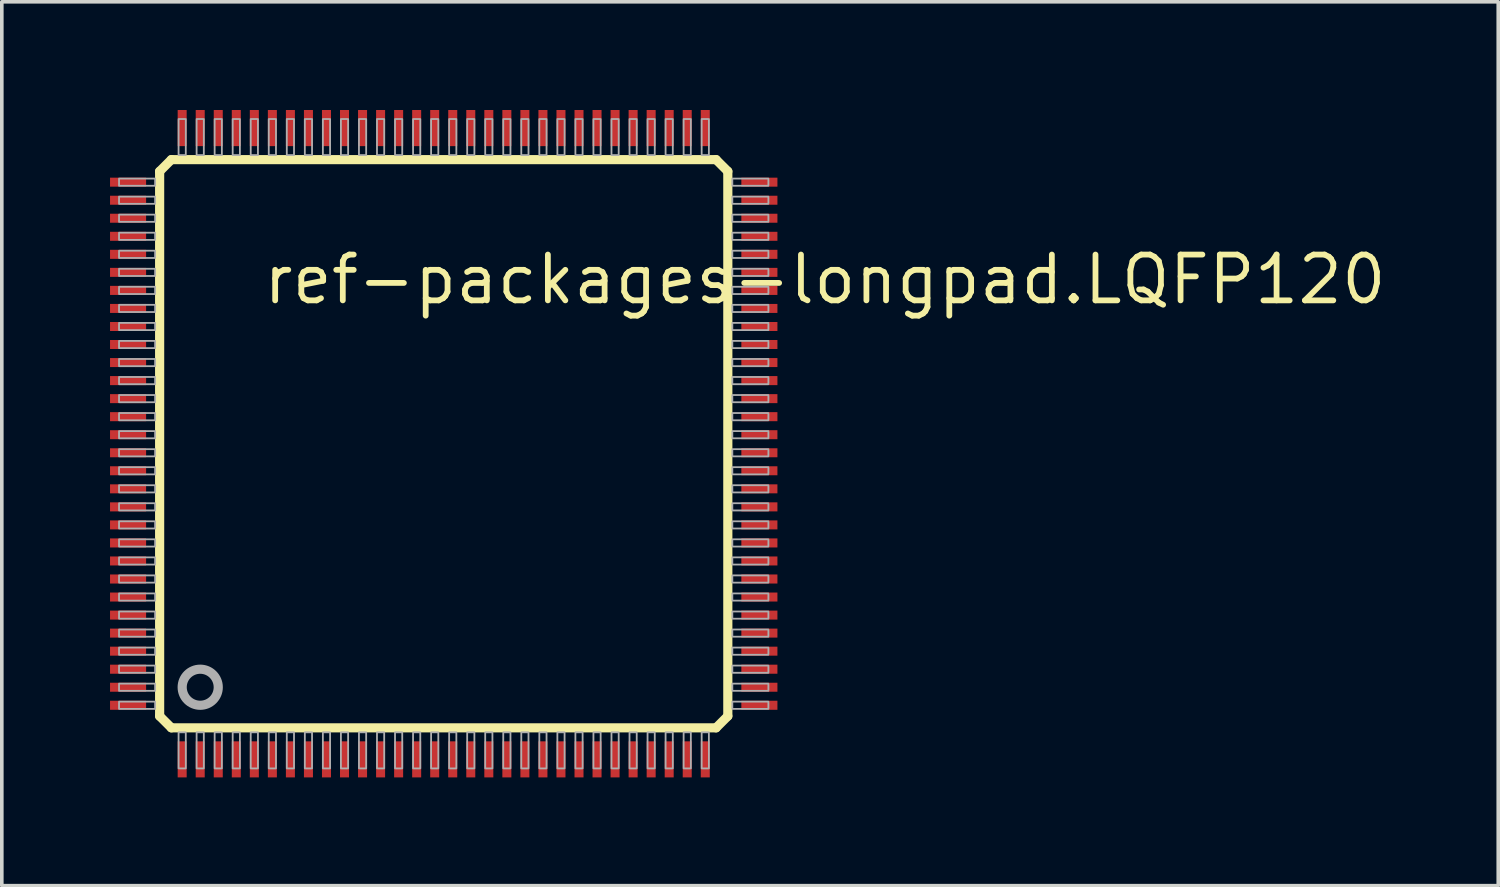
<source format=kicad_pcb>
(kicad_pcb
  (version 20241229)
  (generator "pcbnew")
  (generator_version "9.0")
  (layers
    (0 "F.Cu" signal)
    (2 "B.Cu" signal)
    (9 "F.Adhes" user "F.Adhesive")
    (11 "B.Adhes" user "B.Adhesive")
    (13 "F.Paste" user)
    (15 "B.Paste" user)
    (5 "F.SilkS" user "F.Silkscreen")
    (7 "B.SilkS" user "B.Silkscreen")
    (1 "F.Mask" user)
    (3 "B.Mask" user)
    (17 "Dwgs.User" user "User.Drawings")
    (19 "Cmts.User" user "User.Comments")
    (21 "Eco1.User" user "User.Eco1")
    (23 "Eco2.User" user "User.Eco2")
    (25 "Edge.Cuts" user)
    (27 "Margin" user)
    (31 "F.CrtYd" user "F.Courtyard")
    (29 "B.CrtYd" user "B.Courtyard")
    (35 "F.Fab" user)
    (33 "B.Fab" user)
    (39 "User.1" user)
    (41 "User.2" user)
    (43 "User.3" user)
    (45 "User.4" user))
  (footprint "ref-packages-longpad.LQFP120"
    (layer "F.Cu")
    (at 9.25 9.25)
    (property "Reference" "ref-packages-longpad.LQFP120" (at -5.08 -3.81 0) (layer "F.SilkS") (effects (font (size 1.27 1.27) (thickness 0.16)) (justify left bottom)))
    (attr smd)
    (fp_line (start -7.875 -7.55) (end -7.55 -7.875) (stroke (width 0.254) (type default)) (layer "F.SilkS"))
    (fp_line (start -7.875 7.55) (end -7.875 -7.55) (stroke (width 0.254) (type default)) (layer "F.SilkS"))
    (fp_line (start -7.55 -7.875) (end 7.55 -7.875) (stroke (width 0.254) (type default)) (layer "F.SilkS"))
    (fp_line (start -7.55 7.875) (end -7.875 7.55) (stroke (width 0.254) (type default)) (layer "F.SilkS"))
    (fp_line (start 7.55 -7.875) (end 7.875 -7.55) (stroke (width 0.254) (type default)) (layer "F.SilkS"))
    (fp_line (start 7.55 7.875) (end -7.55 7.875) (stroke (width 0.254) (type default)) (layer "F.SilkS"))
    (fp_line (start 7.875 -7.55) (end 7.875 7.55) (stroke (width 0.254) (type default)) (layer "F.SilkS"))
    (fp_line (start 7.875 7.55) (end 7.55 7.875) (stroke (width 0.254) (type default)) (layer "F.SilkS"))
    (fp_rect (start -9 -7.15) (end -8 -7.35) (stroke (width 0.05) (type default)) (fill no) (layer "F.Fab"))
    (fp_rect (start -9 -6.65) (end -8 -6.85) (stroke (width 0.05) (type default)) (fill no) (layer "F.Fab"))
    (fp_rect (start -9 -6.15) (end -8 -6.35) (stroke (width 0.05) (type default)) (fill no) (layer "F.Fab"))
    (fp_rect (start -9 -5.65) (end -8 -5.85) (stroke (width 0.05) (type default)) (fill no) (layer "F.Fab"))
    (fp_rect (start -9 -5.15) (end -8 -5.35) (stroke (width 0.05) (type default)) (fill no) (layer "F.Fab"))
    (fp_rect (start -9 -4.65) (end -8 -4.85) (stroke (width 0.05) (type default)) (fill no) (layer "F.Fab"))
    (fp_rect (start -9 -4.15) (end -8 -4.35) (stroke (width 0.05) (type default)) (fill no) (layer "F.Fab"))
    (fp_rect (start -9 -3.65) (end -8 -3.85) (stroke (width 0.05) (type default)) (fill no) (layer "F.Fab"))
    (fp_rect (start -9 -3.15) (end -8 -3.35) (stroke (width 0.05) (type default)) (fill no) (layer "F.Fab"))
    (fp_rect (start -9 -2.65) (end -8 -2.85) (stroke (width 0.05) (type default)) (fill no) (layer "F.Fab"))
    (fp_rect (start -9 -2.15) (end -8 -2.35) (stroke (width 0.05) (type default)) (fill no) (layer "F.Fab"))
    (fp_rect (start -9 -1.65) (end -8 -1.85) (stroke (width 0.05) (type default)) (fill no) (layer "F.Fab"))
    (fp_rect (start -9 -1.15) (end -8 -1.35) (stroke (width 0.05) (type default)) (fill no) (layer "F.Fab"))
    (fp_rect (start -9 -0.65) (end -8 -0.85) (stroke (width 0.05) (type default)) (fill no) (layer "F.Fab"))
    (fp_rect (start -9 -0.15) (end -8 -0.35) (stroke (width 0.05) (type default)) (fill no) (layer "F.Fab"))
    (fp_rect (start -9 0.35) (end -8 0.15) (stroke (width 0.05) (type default)) (fill no) (layer "F.Fab"))
    (fp_rect (start -9 0.85) (end -8 0.65) (stroke (width 0.05) (type default)) (fill no) (layer "F.Fab"))
    (fp_rect (start -9 1.35) (end -8 1.15) (stroke (width 0.05) (type default)) (fill no) (layer "F.Fab"))
    (fp_rect (start -9 1.85) (end -8 1.65) (stroke (width 0.05) (type default)) (fill no) (layer "F.Fab"))
    (fp_rect (start -9 2.35) (end -8 2.15) (stroke (width 0.05) (type default)) (fill no) (layer "F.Fab"))
    (fp_rect (start -9 2.85) (end -8 2.65) (stroke (width 0.05) (type default)) (fill no) (layer "F.Fab"))
    (fp_rect (start -9 3.35) (end -8 3.15) (stroke (width 0.05) (type default)) (fill no) (layer "F.Fab"))
    (fp_rect (start -9 3.85) (end -8 3.65) (stroke (width 0.05) (type default)) (fill no) (layer "F.Fab"))
    (fp_rect (start -9 4.35) (end -8 4.15) (stroke (width 0.05) (type default)) (fill no) (layer "F.Fab"))
    (fp_rect (start -9 4.85) (end -8 4.65) (stroke (width 0.05) (type default)) (fill no) (layer "F.Fab"))
    (fp_rect (start -9 5.35) (end -8 5.15) (stroke (width 0.05) (type default)) (fill no) (layer "F.Fab"))
    (fp_rect (start -9 5.85) (end -8 5.65) (stroke (width 0.05) (type default)) (fill no) (layer "F.Fab"))
    (fp_rect (start -9 6.35) (end -8 6.15) (stroke (width 0.05) (type default)) (fill no) (layer "F.Fab"))
    (fp_rect (start -9 6.85) (end -8 6.65) (stroke (width 0.05) (type default)) (fill no) (layer "F.Fab"))
    (fp_rect (start -9 7.35) (end -8 7.15) (stroke (width 0.05) (type default)) (fill no) (layer "F.Fab"))
    (fp_rect (start -7.35 -8) (end -7.15 -9) (stroke (width 0.05) (type default)) (fill no) (layer "F.Fab"))
    (fp_rect (start -7.35 9) (end -7.15 8) (stroke (width 0.05) (type default)) (fill no) (layer "F.Fab"))
    (fp_rect (start -6.85 -8) (end -6.65 -9) (stroke (width 0.05) (type default)) (fill no) (layer "F.Fab"))
    (fp_rect (start -6.85 9) (end -6.65 8) (stroke (width 0.05) (type default)) (fill no) (layer "F.Fab"))
    (fp_rect (start -6.35 -8) (end -6.15 -9) (stroke (width 0.05) (type default)) (fill no) (layer "F.Fab"))
    (fp_rect (start -6.35 9) (end -6.15 8) (stroke (width 0.05) (type default)) (fill no) (layer "F.Fab"))
    (fp_rect (start -5.85 -8) (end -5.65 -9) (stroke (width 0.05) (type default)) (fill no) (layer "F.Fab"))
    (fp_rect (start -5.85 9) (end -5.65 8) (stroke (width 0.05) (type default)) (fill no) (layer "F.Fab"))
    (fp_rect (start -5.35 -8) (end -5.15 -9) (stroke (width 0.05) (type default)) (fill no) (layer "F.Fab"))
    (fp_rect (start -5.35 9) (end -5.15 8) (stroke (width 0.05) (type default)) (fill no) (layer "F.Fab"))
    (fp_rect (start -4.85 -8) (end -4.65 -9) (stroke (width 0.05) (type default)) (fill no) (layer "F.Fab"))
    (fp_rect (start -4.85 9) (end -4.65 8) (stroke (width 0.05) (type default)) (fill no) (layer "F.Fab"))
    (fp_rect (start -4.35 -8) (end -4.15 -9) (stroke (width 0.05) (type default)) (fill no) (layer "F.Fab"))
    (fp_rect (start -4.35 9) (end -4.15 8) (stroke (width 0.05) (type default)) (fill no) (layer "F.Fab"))
    (fp_rect (start -3.85 -8) (end -3.65 -9) (stroke (width 0.05) (type default)) (fill no) (layer "F.Fab"))
    (fp_rect (start -3.85 9) (end -3.65 8) (stroke (width 0.05) (type default)) (fill no) (layer "F.Fab"))
    (fp_rect (start -3.35 -8) (end -3.15 -9) (stroke (width 0.05) (type default)) (fill no) (layer "F.Fab"))
    (fp_rect (start -3.35 9) (end -3.15 8) (stroke (width 0.05) (type default)) (fill no) (layer "F.Fab"))
    (fp_rect (start -2.85 -8) (end -2.65 -9) (stroke (width 0.05) (type default)) (fill no) (layer "F.Fab"))
    (fp_rect (start -2.85 9) (end -2.65 8) (stroke (width 0.05) (type default)) (fill no) (layer "F.Fab"))
    (fp_rect (start -2.35 -8) (end -2.15 -9) (stroke (width 0.05) (type default)) (fill no) (layer "F.Fab"))
    (fp_rect (start -2.35 9) (end -2.15 8) (stroke (width 0.05) (type default)) (fill no) (layer "F.Fab"))
    (fp_rect (start -1.85 -8) (end -1.65 -9) (stroke (width 0.05) (type default)) (fill no) (layer "F.Fab"))
    (fp_rect (start -1.85 9) (end -1.65 8) (stroke (width 0.05) (type default)) (fill no) (layer "F.Fab"))
    (fp_rect (start -1.35 -8) (end -1.15 -9) (stroke (width 0.05) (type default)) (fill no) (layer "F.Fab"))
    (fp_rect (start -1.35 9) (end -1.15 8) (stroke (width 0.05) (type default)) (fill no) (layer "F.Fab"))
    (fp_rect (start -0.85 -8) (end -0.65 -9) (stroke (width 0.05) (type default)) (fill no) (layer "F.Fab"))
    (fp_rect (start -0.85 9) (end -0.65 8) (stroke (width 0.05) (type default)) (fill no) (layer "F.Fab"))
    (fp_rect (start -0.35 -8) (end -0.15 -9) (stroke (width 0.05) (type default)) (fill no) (layer "F.Fab"))
    (fp_rect (start -0.35 9) (end -0.15 8) (stroke (width 0.05) (type default)) (fill no) (layer "F.Fab"))
    (fp_rect (start 0.15 -8) (end 0.35 -9) (stroke (width 0.05) (type default)) (fill no) (layer "F.Fab"))
    (fp_rect (start 0.15 9) (end 0.35 8) (stroke (width 0.05) (type default)) (fill no) (layer "F.Fab"))
    (fp_rect (start 0.65 -8) (end 0.85 -9) (stroke (width 0.05) (type default)) (fill no) (layer "F.Fab"))
    (fp_rect (start 0.65 9) (end 0.85 8) (stroke (width 0.05) (type default)) (fill no) (layer "F.Fab"))
    (fp_rect (start 1.15 -8) (end 1.35 -9) (stroke (width 0.05) (type default)) (fill no) (layer "F.Fab"))
    (fp_rect (start 1.15 9) (end 1.35 8) (stroke (width 0.05) (type default)) (fill no) (layer "F.Fab"))
    (fp_rect (start 1.65 -8) (end 1.85 -9) (stroke (width 0.05) (type default)) (fill no) (layer "F.Fab"))
    (fp_rect (start 1.65 9) (end 1.85 8) (stroke (width 0.05) (type default)) (fill no) (layer "F.Fab"))
    (fp_rect (start 2.15 -8) (end 2.35 -9) (stroke (width 0.05) (type default)) (fill no) (layer "F.Fab"))
    (fp_rect (start 2.15 9) (end 2.35 8) (stroke (width 0.05) (type default)) (fill no) (layer "F.Fab"))
    (fp_rect (start 2.65 -8) (end 2.85 -9) (stroke (width 0.05) (type default)) (fill no) (layer "F.Fab"))
    (fp_rect (start 2.65 9) (end 2.85 8) (stroke (width 0.05) (type default)) (fill no) (layer "F.Fab"))
    (fp_rect (start 3.15 -8) (end 3.35 -9) (stroke (width 0.05) (type default)) (fill no) (layer "F.Fab"))
    (fp_rect (start 3.15 9) (end 3.35 8) (stroke (width 0.05) (type default)) (fill no) (layer "F.Fab"))
    (fp_rect (start 3.65 -8) (end 3.85 -9) (stroke (width 0.05) (type default)) (fill no) (layer "F.Fab"))
    (fp_rect (start 3.65 9) (end 3.85 8) (stroke (width 0.05) (type default)) (fill no) (layer "F.Fab"))
    (fp_rect (start 4.15 -8) (end 4.35 -9) (stroke (width 0.05) (type default)) (fill no) (layer "F.Fab"))
    (fp_rect (start 4.15 9) (end 4.35 8) (stroke (width 0.05) (type default)) (fill no) (layer "F.Fab"))
    (fp_rect (start 4.65 -8) (end 4.85 -9) (stroke (width 0.05) (type default)) (fill no) (layer "F.Fab"))
    (fp_rect (start 4.65 9) (end 4.85 8) (stroke (width 0.05) (type default)) (fill no) (layer "F.Fab"))
    (fp_rect (start 5.15 -8) (end 5.35 -9) (stroke (width 0.05) (type default)) (fill no) (layer "F.Fab"))
    (fp_rect (start 5.15 9) (end 5.35 8) (stroke (width 0.05) (type default)) (fill no) (layer "F.Fab"))
    (fp_rect (start 5.65 -8) (end 5.85 -9) (stroke (width 0.05) (type default)) (fill no) (layer "F.Fab"))
    (fp_rect (start 5.65 9) (end 5.85 8) (stroke (width 0.05) (type default)) (fill no) (layer "F.Fab"))
    (fp_rect (start 6.15 -8) (end 6.35 -9) (stroke (width 0.05) (type default)) (fill no) (layer "F.Fab"))
    (fp_rect (start 6.15 9) (end 6.35 8) (stroke (width 0.05) (type default)) (fill no) (layer "F.Fab"))
    (fp_rect (start 6.65 -8) (end 6.85 -9) (stroke (width 0.05) (type default)) (fill no) (layer "F.Fab"))
    (fp_rect (start 6.65 9) (end 6.85 8) (stroke (width 0.05) (type default)) (fill no) (layer "F.Fab"))
    (fp_rect (start 7.15 -8) (end 7.35 -9) (stroke (width 0.05) (type default)) (fill no) (layer "F.Fab"))
    (fp_rect (start 7.15 9) (end 7.35 8) (stroke (width 0.05) (type default)) (fill no) (layer "F.Fab"))
    (fp_rect (start 8 -7.15) (end 9 -7.35) (stroke (width 0.05) (type default)) (fill no) (layer "F.Fab"))
    (fp_rect (start 8 -6.65) (end 9 -6.85) (stroke (width 0.05) (type default)) (fill no) (layer "F.Fab"))
    (fp_rect (start 8 -6.15) (end 9 -6.35) (stroke (width 0.05) (type default)) (fill no) (layer "F.Fab"))
    (fp_rect (start 8 -5.65) (end 9 -5.85) (stroke (width 0.05) (type default)) (fill no) (layer "F.Fab"))
    (fp_rect (start 8 -5.15) (end 9 -5.35) (stroke (width 0.05) (type default)) (fill no) (layer "F.Fab"))
    (fp_rect (start 8 -4.65) (end 9 -4.85) (stroke (width 0.05) (type default)) (fill no) (layer "F.Fab"))
    (fp_rect (start 8 -4.15) (end 9 -4.35) (stroke (width 0.05) (type default)) (fill no) (layer "F.Fab"))
    (fp_rect (start 8 -3.65) (end 9 -3.85) (stroke (width 0.05) (type default)) (fill no) (layer "F.Fab"))
    (fp_rect (start 8 -3.15) (end 9 -3.35) (stroke (width 0.05) (type default)) (fill no) (layer "F.Fab"))
    (fp_rect (start 8 -2.65) (end 9 -2.85) (stroke (width 0.05) (type default)) (fill no) (layer "F.Fab"))
    (fp_rect (start 8 -2.15) (end 9 -2.35) (stroke (width 0.05) (type default)) (fill no) (layer "F.Fab"))
    (fp_rect (start 8 -1.65) (end 9 -1.85) (stroke (width 0.05) (type default)) (fill no) (layer "F.Fab"))
    (fp_rect (start 8 -1.15) (end 9 -1.35) (stroke (width 0.05) (type default)) (fill no) (layer "F.Fab"))
    (fp_rect (start 8 -0.65) (end 9 -0.85) (stroke (width 0.05) (type default)) (fill no) (layer "F.Fab"))
    (fp_rect (start 8 -0.15) (end 9 -0.35) (stroke (width 0.05) (type default)) (fill no) (layer "F.Fab"))
    (fp_rect (start 8 0.35) (end 9 0.15) (stroke (width 0.05) (type default)) (fill no) (layer "F.Fab"))
    (fp_rect (start 8 0.85) (end 9 0.65) (stroke (width 0.05) (type default)) (fill no) (layer "F.Fab"))
    (fp_rect (start 8 1.35) (end 9 1.15) (stroke (width 0.05) (type default)) (fill no) (layer "F.Fab"))
    (fp_rect (start 8 1.85) (end 9 1.65) (stroke (width 0.05) (type default)) (fill no) (layer "F.Fab"))
    (fp_rect (start 8 2.35) (end 9 2.15) (stroke (width 0.05) (type default)) (fill no) (layer "F.Fab"))
    (fp_rect (start 8 2.85) (end 9 2.65) (stroke (width 0.05) (type default)) (fill no) (layer "F.Fab"))
    (fp_rect (start 8 3.35) (end 9 3.15) (stroke (width 0.05) (type default)) (fill no) (layer "F.Fab"))
    (fp_rect (start 8 3.85) (end 9 3.65) (stroke (width 0.05) (type default)) (fill no) (layer "F.Fab"))
    (fp_rect (start 8 4.35) (end 9 4.15) (stroke (width 0.05) (type default)) (fill no) (layer "F.Fab"))
    (fp_rect (start 8 4.85) (end 9 4.65) (stroke (width 0.05) (type default)) (fill no) (layer "F.Fab"))
    (fp_rect (start 8 5.35) (end 9 5.15) (stroke (width 0.05) (type default)) (fill no) (layer "F.Fab"))
    (fp_rect (start 8 5.85) (end 9 5.65) (stroke (width 0.05) (type default)) (fill no) (layer "F.Fab"))
    (fp_rect (start 8 6.35) (end 9 6.15) (stroke (width 0.05) (type default)) (fill no) (layer "F.Fab"))
    (fp_rect (start 8 6.85) (end 9 6.65) (stroke (width 0.05) (type default)) (fill no) (layer "F.Fab"))
    (fp_rect (start 8 7.35) (end 9 7.15) (stroke (width 0.05) (type default)) (fill no) (layer "F.Fab"))
    (fp_circle (center -6.75 6.75) (end -6.25 6.75) (stroke (width 0.254) (type default)) (fill no) (layer "F.Fab"))
    (pad "1" smd roundrect (at -7.25 8.75) (size 0.25 1) (layers "F.Cu" "F.Mask" "F.Paste") (roundrect_rratio 0.01))
    (pad "2" smd roundrect (at -6.75 8.75) (size 0.25 1) (layers "F.Cu" "F.Mask" "F.Paste") (roundrect_rratio 0.01))
    (pad "3" smd roundrect (at -6.25 8.75) (size 0.25 1) (layers "F.Cu" "F.Mask" "F.Paste") (roundrect_rratio 0.01))
    (pad "4" smd roundrect (at -5.75 8.75) (size 0.25 1) (layers "F.Cu" "F.Mask" "F.Paste") (roundrect_rratio 0.01))
    (pad "5" smd roundrect (at -5.25 8.75) (size 0.25 1) (layers "F.Cu" "F.Mask" "F.Paste") (roundrect_rratio 0.01))
    (pad "6" smd roundrect (at -4.75 8.75) (size 0.25 1) (layers "F.Cu" "F.Mask" "F.Paste") (roundrect_rratio 0.01))
    (pad "7" smd roundrect (at -4.25 8.75) (size 0.25 1) (layers "F.Cu" "F.Mask" "F.Paste") (roundrect_rratio 0.01))
    (pad "8" smd roundrect (at -3.75 8.75) (size 0.25 1) (layers "F.Cu" "F.Mask" "F.Paste") (roundrect_rratio 0.01))
    (pad "9" smd roundrect (at -3.25 8.75) (size 0.25 1) (layers "F.Cu" "F.Mask" "F.Paste") (roundrect_rratio 0.01))
    (pad "10" smd roundrect (at -2.75 8.75) (size 0.25 1) (layers "F.Cu" "F.Mask" "F.Paste") (roundrect_rratio 0.01))
    (pad "11" smd roundrect (at -2.25 8.75) (size 0.25 1) (layers "F.Cu" "F.Mask" "F.Paste") (roundrect_rratio 0.01))
    (pad "12" smd roundrect (at -1.75 8.75) (size 0.25 1) (layers "F.Cu" "F.Mask" "F.Paste") (roundrect_rratio 0.01))
    (pad "13" smd roundrect (at -1.25 8.75) (size 0.25 1) (layers "F.Cu" "F.Mask" "F.Paste") (roundrect_rratio 0.01))
    (pad "14" smd roundrect (at -0.75 8.75) (size 0.25 1) (layers "F.Cu" "F.Mask" "F.Paste") (roundrect_rratio 0.01))
    (pad "15" smd roundrect (at -0.25 8.75) (size 0.25 1) (layers "F.Cu" "F.Mask" "F.Paste") (roundrect_rratio 0.01))
    (pad "16" smd roundrect (at 0.25 8.75) (size 0.25 1) (layers "F.Cu" "F.Mask" "F.Paste") (roundrect_rratio 0.01))
    (pad "17" smd roundrect (at 0.75 8.75) (size 0.25 1) (layers "F.Cu" "F.Mask" "F.Paste") (roundrect_rratio 0.01))
    (pad "18" smd roundrect (at 1.25 8.75) (size 0.25 1) (layers "F.Cu" "F.Mask" "F.Paste") (roundrect_rratio 0.01))
    (pad "19" smd roundrect (at 1.75 8.75) (size 0.25 1) (layers "F.Cu" "F.Mask" "F.Paste") (roundrect_rratio 0.01))
    (pad "20" smd roundrect (at 2.25 8.75) (size 0.25 1) (layers "F.Cu" "F.Mask" "F.Paste") (roundrect_rratio 0.01))
    (pad "21" smd roundrect (at 2.75 8.75) (size 0.25 1) (layers "F.Cu" "F.Mask" "F.Paste") (roundrect_rratio 0.01))
    (pad "22" smd roundrect (at 3.25 8.75) (size 0.25 1) (layers "F.Cu" "F.Mask" "F.Paste") (roundrect_rratio 0.01))
    (pad "23" smd roundrect (at 3.75 8.75) (size 0.25 1) (layers "F.Cu" "F.Mask" "F.Paste") (roundrect_rratio 0.01))
    (pad "24" smd roundrect (at 4.25 8.75) (size 0.25 1) (layers "F.Cu" "F.Mask" "F.Paste") (roundrect_rratio 0.01))
    (pad "25" smd roundrect (at 4.75 8.75) (size 0.25 1) (layers "F.Cu" "F.Mask" "F.Paste") (roundrect_rratio 0.01))
    (pad "26" smd roundrect (at 5.25 8.75) (size 0.25 1) (layers "F.Cu" "F.Mask" "F.Paste") (roundrect_rratio 0.01))
    (pad "27" smd roundrect (at 5.75 8.75) (size 0.25 1) (layers "F.Cu" "F.Mask" "F.Paste") (roundrect_rratio 0.01))
    (pad "28" smd roundrect (at 6.25 8.75) (size 0.25 1) (layers "F.Cu" "F.Mask" "F.Paste") (roundrect_rratio 0.01))
    (pad "29" smd roundrect (at 6.75 8.75) (size 0.25 1) (layers "F.Cu" "F.Mask" "F.Paste") (roundrect_rratio 0.01))
    (pad "30" smd roundrect (at 7.25 8.75) (size 0.25 1) (layers "F.Cu" "F.Mask" "F.Paste") (roundrect_rratio 0.01))
    (pad "31" smd roundrect (at 8.75 7.25) (size 1 0.25) (layers "F.Cu" "F.Mask" "F.Paste") (roundrect_rratio 0.01))
    (pad "32" smd roundrect (at 8.75 6.75) (size 1 0.25) (layers "F.Cu" "F.Mask" "F.Paste") (roundrect_rratio 0.01))
    (pad "33" smd roundrect (at 8.75 6.25) (size 1 0.25) (layers "F.Cu" "F.Mask" "F.Paste") (roundrect_rratio 0.01))
    (pad "34" smd roundrect (at 8.75 5.75) (size 1 0.25) (layers "F.Cu" "F.Mask" "F.Paste") (roundrect_rratio 0.01))
    (pad "35" smd roundrect (at 8.75 5.25) (size 1 0.25) (layers "F.Cu" "F.Mask" "F.Paste") (roundrect_rratio 0.01))
    (pad "36" smd roundrect (at 8.75 4.75) (size 1 0.25) (layers "F.Cu" "F.Mask" "F.Paste") (roundrect_rratio 0.01))
    (pad "37" smd roundrect (at 8.75 4.25) (size 1 0.25) (layers "F.Cu" "F.Mask" "F.Paste") (roundrect_rratio 0.01))
    (pad "38" smd roundrect (at 8.75 3.75) (size 1 0.25) (layers "F.Cu" "F.Mask" "F.Paste") (roundrect_rratio 0.01))
    (pad "39" smd roundrect (at 8.75 3.25) (size 1 0.25) (layers "F.Cu" "F.Mask" "F.Paste") (roundrect_rratio 0.01))
    (pad "40" smd roundrect (at 8.75 2.75) (size 1 0.25) (layers "F.Cu" "F.Mask" "F.Paste") (roundrect_rratio 0.01))
    (pad "41" smd roundrect (at 8.75 2.25) (size 1 0.25) (layers "F.Cu" "F.Mask" "F.Paste") (roundrect_rratio 0.01))
    (pad "42" smd roundrect (at 8.75 1.75) (size 1 0.25) (layers "F.Cu" "F.Mask" "F.Paste") (roundrect_rratio 0.01))
    (pad "43" smd roundrect (at 8.75 1.25) (size 1 0.25) (layers "F.Cu" "F.Mask" "F.Paste") (roundrect_rratio 0.01))
    (pad "44" smd roundrect (at 8.75 0.75) (size 1 0.25) (layers "F.Cu" "F.Mask" "F.Paste") (roundrect_rratio 0.01))
    (pad "45" smd roundrect (at 8.75 0.25) (size 1 0.25) (layers "F.Cu" "F.Mask" "F.Paste") (roundrect_rratio 0.01))
    (pad "46" smd roundrect (at 8.75 -0.25) (size 1 0.25) (layers "F.Cu" "F.Mask" "F.Paste") (roundrect_rratio 0.01))
    (pad "47" smd roundrect (at 8.75 -0.75) (size 1 0.25) (layers "F.Cu" "F.Mask" "F.Paste") (roundrect_rratio 0.01))
    (pad "48" smd roundrect (at 8.75 -1.25) (size 1 0.25) (layers "F.Cu" "F.Mask" "F.Paste") (roundrect_rratio 0.01))
    (pad "49" smd roundrect (at 8.75 -1.75) (size 1 0.25) (layers "F.Cu" "F.Mask" "F.Paste") (roundrect_rratio 0.01))
    (pad "50" smd roundrect (at 8.75 -2.25) (size 1 0.25) (layers "F.Cu" "F.Mask" "F.Paste") (roundrect_rratio 0.01))
    (pad "51" smd roundrect (at 8.75 -2.75) (size 1 0.25) (layers "F.Cu" "F.Mask" "F.Paste") (roundrect_rratio 0.01))
    (pad "52" smd roundrect (at 8.75 -3.25) (size 1 0.25) (layers "F.Cu" "F.Mask" "F.Paste") (roundrect_rratio 0.01))
    (pad "53" smd roundrect (at 8.75 -3.75) (size 1 0.25) (layers "F.Cu" "F.Mask" "F.Paste") (roundrect_rratio 0.01))
    (pad "54" smd roundrect (at 8.75 -4.25) (size 1 0.25) (layers "F.Cu" "F.Mask" "F.Paste") (roundrect_rratio 0.01))
    (pad "55" smd roundrect (at 8.75 -4.75) (size 1 0.25) (layers "F.Cu" "F.Mask" "F.Paste") (roundrect_rratio 0.01))
    (pad "56" smd roundrect (at 8.75 -5.25) (size 1 0.25) (layers "F.Cu" "F.Mask" "F.Paste") (roundrect_rratio 0.01))
    (pad "57" smd roundrect (at 8.75 -5.75) (size 1 0.25) (layers "F.Cu" "F.Mask" "F.Paste") (roundrect_rratio 0.01))
    (pad "58" smd roundrect (at 8.75 -6.25) (size 1 0.25) (layers "F.Cu" "F.Mask" "F.Paste") (roundrect_rratio 0.01))
    (pad "59" smd roundrect (at 8.75 -6.75) (size 1 0.25) (layers "F.Cu" "F.Mask" "F.Paste") (roundrect_rratio 0.01))
    (pad "60" smd roundrect (at 8.75 -7.25) (size 1 0.25) (layers "F.Cu" "F.Mask" "F.Paste") (roundrect_rratio 0.01))
    (pad "61" smd roundrect (at 7.25 -8.75) (size 0.25 1) (layers "F.Cu" "F.Mask" "F.Paste") (roundrect_rratio 0.01))
    (pad "62" smd roundrect (at 6.75 -8.75) (size 0.25 1) (layers "F.Cu" "F.Mask" "F.Paste") (roundrect_rratio 0.01))
    (pad "63" smd roundrect (at 6.25 -8.75) (size 0.25 1) (layers "F.Cu" "F.Mask" "F.Paste") (roundrect_rratio 0.01))
    (pad "64" smd roundrect (at 5.75 -8.75) (size 0.25 1) (layers "F.Cu" "F.Mask" "F.Paste") (roundrect_rratio 0.01))
    (pad "65" smd roundrect (at 5.25 -8.75) (size 0.25 1) (layers "F.Cu" "F.Mask" "F.Paste") (roundrect_rratio 0.01))
    (pad "66" smd roundrect (at 4.75 -8.75) (size 0.25 1) (layers "F.Cu" "F.Mask" "F.Paste") (roundrect_rratio 0.01))
    (pad "67" smd roundrect (at 4.25 -8.75) (size 0.25 1) (layers "F.Cu" "F.Mask" "F.Paste") (roundrect_rratio 0.01))
    (pad "68" smd roundrect (at 3.75 -8.75) (size 0.25 1) (layers "F.Cu" "F.Mask" "F.Paste") (roundrect_rratio 0.01))
    (pad "69" smd roundrect (at 3.25 -8.75) (size 0.25 1) (layers "F.Cu" "F.Mask" "F.Paste") (roundrect_rratio 0.01))
    (pad "70" smd roundrect (at 2.75 -8.75) (size 0.25 1) (layers "F.Cu" "F.Mask" "F.Paste") (roundrect_rratio 0.01))
    (pad "71" smd roundrect (at 2.25 -8.75) (size 0.25 1) (layers "F.Cu" "F.Mask" "F.Paste") (roundrect_rratio 0.01))
    (pad "72" smd roundrect (at 1.75 -8.75) (size 0.25 1) (layers "F.Cu" "F.Mask" "F.Paste") (roundrect_rratio 0.01))
    (pad "73" smd roundrect (at 1.25 -8.75) (size 0.25 1) (layers "F.Cu" "F.Mask" "F.Paste") (roundrect_rratio 0.01))
    (pad "74" smd roundrect (at 0.75 -8.75) (size 0.25 1) (layers "F.Cu" "F.Mask" "F.Paste") (roundrect_rratio 0.01))
    (pad "75" smd roundrect (at 0.25 -8.75) (size 0.25 1) (layers "F.Cu" "F.Mask" "F.Paste") (roundrect_rratio 0.01))
    (pad "76" smd roundrect (at -0.25 -8.75) (size 0.25 1) (layers "F.Cu" "F.Mask" "F.Paste") (roundrect_rratio 0.01))
    (pad "77" smd roundrect (at -0.75 -8.75) (size 0.25 1) (layers "F.Cu" "F.Mask" "F.Paste") (roundrect_rratio 0.01))
    (pad "78" smd roundrect (at -1.25 -8.75) (size 0.25 1) (layers "F.Cu" "F.Mask" "F.Paste") (roundrect_rratio 0.01))
    (pad "79" smd roundrect (at -1.75 -8.75) (size 0.25 1) (layers "F.Cu" "F.Mask" "F.Paste") (roundrect_rratio 0.01))
    (pad "80" smd roundrect (at -2.25 -8.75) (size 0.25 1) (layers "F.Cu" "F.Mask" "F.Paste") (roundrect_rratio 0.01))
    (pad "81" smd roundrect (at -2.75 -8.75) (size 0.25 1) (layers "F.Cu" "F.Mask" "F.Paste") (roundrect_rratio 0.01))
    (pad "82" smd roundrect (at -3.25 -8.75) (size 0.25 1) (layers "F.Cu" "F.Mask" "F.Paste") (roundrect_rratio 0.01))
    (pad "83" smd roundrect (at -3.75 -8.75) (size 0.25 1) (layers "F.Cu" "F.Mask" "F.Paste") (roundrect_rratio 0.01))
    (pad "84" smd roundrect (at -4.25 -8.75) (size 0.25 1) (layers "F.Cu" "F.Mask" "F.Paste") (roundrect_rratio 0.01))
    (pad "85" smd roundrect (at -4.75 -8.75) (size 0.25 1) (layers "F.Cu" "F.Mask" "F.Paste") (roundrect_rratio 0.01))
    (pad "86" smd roundrect (at -5.25 -8.75) (size 0.25 1) (layers "F.Cu" "F.Mask" "F.Paste") (roundrect_rratio 0.01))
    (pad "87" smd roundrect (at -5.75 -8.75) (size 0.25 1) (layers "F.Cu" "F.Mask" "F.Paste") (roundrect_rratio 0.01))
    (pad "88" smd roundrect (at -6.25 -8.75) (size 0.25 1) (layers "F.Cu" "F.Mask" "F.Paste") (roundrect_rratio 0.01))
    (pad "89" smd roundrect (at -6.75 -8.75) (size 0.25 1) (layers "F.Cu" "F.Mask" "F.Paste") (roundrect_rratio 0.01))
    (pad "90" smd roundrect (at -7.25 -8.75) (size 0.25 1) (layers "F.Cu" "F.Mask" "F.Paste") (roundrect_rratio 0.01))
    (pad "91" smd roundrect (at -8.75 -7.25) (size 1 0.25) (layers "F.Cu" "F.Mask" "F.Paste") (roundrect_rratio 0.01))
    (pad "92" smd roundrect (at -8.75 -6.75) (size 1 0.25) (layers "F.Cu" "F.Mask" "F.Paste") (roundrect_rratio 0.01))
    (pad "93" smd roundrect (at -8.75 -6.25) (size 1 0.25) (layers "F.Cu" "F.Mask" "F.Paste") (roundrect_rratio 0.01))
    (pad "94" smd roundrect (at -8.75 -5.75) (size 1 0.25) (layers "F.Cu" "F.Mask" "F.Paste") (roundrect_rratio 0.01))
    (pad "95" smd roundrect (at -8.75 -5.25) (size 1 0.25) (layers "F.Cu" "F.Mask" "F.Paste") (roundrect_rratio 0.01))
    (pad "96" smd roundrect (at -8.75 -4.75) (size 1 0.25) (layers "F.Cu" "F.Mask" "F.Paste") (roundrect_rratio 0.01))
    (pad "97" smd roundrect (at -8.75 -4.25) (size 1 0.25) (layers "F.Cu" "F.Mask" "F.Paste") (roundrect_rratio 0.01))
    (pad "98" smd roundrect (at -8.75 -3.75) (size 1 0.25) (layers "F.Cu" "F.Mask" "F.Paste") (roundrect_rratio 0.01))
    (pad "99" smd roundrect (at -8.75 -3.25) (size 1 0.25) (layers "F.Cu" "F.Mask" "F.Paste") (roundrect_rratio 0.01))
    (pad "100" smd roundrect (at -8.75 -2.75) (size 1 0.25) (layers "F.Cu" "F.Mask" "F.Paste") (roundrect_rratio 0.01))
    (pad "101" smd roundrect (at -8.75 -2.25) (size 1 0.25) (layers "F.Cu" "F.Mask" "F.Paste") (roundrect_rratio 0.01))
    (pad "102" smd roundrect (at -8.75 -1.75) (size 1 0.25) (layers "F.Cu" "F.Mask" "F.Paste") (roundrect_rratio 0.01))
    (pad "103" smd roundrect (at -8.75 -1.25) (size 1 0.25) (layers "F.Cu" "F.Mask" "F.Paste") (roundrect_rratio 0.01))
    (pad "104" smd roundrect (at -8.75 -0.75) (size 1 0.25) (layers "F.Cu" "F.Mask" "F.Paste") (roundrect_rratio 0.01))
    (pad "105" smd roundrect (at -8.75 -0.25) (size 1 0.25) (layers "F.Cu" "F.Mask" "F.Paste") (roundrect_rratio 0.01))
    (pad "106" smd roundrect (at -8.75 0.25) (size 1 0.25) (layers "F.Cu" "F.Mask" "F.Paste") (roundrect_rratio 0.01))
    (pad "107" smd roundrect (at -8.75 0.75) (size 1 0.25) (layers "F.Cu" "F.Mask" "F.Paste") (roundrect_rratio 0.01))
    (pad "108" smd roundrect (at -8.75 1.25) (size 1 0.25) (layers "F.Cu" "F.Mask" "F.Paste") (roundrect_rratio 0.01))
    (pad "109" smd roundrect (at -8.75 1.75) (size 1 0.25) (layers "F.Cu" "F.Mask" "F.Paste") (roundrect_rratio 0.01))
    (pad "110" smd roundrect (at -8.75 2.25) (size 1 0.25) (layers "F.Cu" "F.Mask" "F.Paste") (roundrect_rratio 0.01))
    (pad "111" smd roundrect (at -8.75 2.75) (size 1 0.25) (layers "F.Cu" "F.Mask" "F.Paste") (roundrect_rratio 0.01))
    (pad "112" smd roundrect (at -8.75 3.25) (size 1 0.25) (layers "F.Cu" "F.Mask" "F.Paste") (roundrect_rratio 0.01))
    (pad "113" smd roundrect (at -8.75 3.75) (size 1 0.25) (layers "F.Cu" "F.Mask" "F.Paste") (roundrect_rratio 0.01))
    (pad "114" smd roundrect (at -8.75 4.25) (size 1 0.25) (layers "F.Cu" "F.Mask" "F.Paste") (roundrect_rratio 0.01))
    (pad "115" smd roundrect (at -8.75 4.75) (size 1 0.25) (layers "F.Cu" "F.Mask" "F.Paste") (roundrect_rratio 0.01))
    (pad "116" smd roundrect (at -8.75 5.25) (size 1 0.25) (layers "F.Cu" "F.Mask" "F.Paste") (roundrect_rratio 0.01))
    (pad "117" smd roundrect (at -8.75 5.75) (size 1 0.25) (layers "F.Cu" "F.Mask" "F.Paste") (roundrect_rratio 0.01))
    (pad "118" smd roundrect (at -8.75 6.25) (size 1 0.25) (layers "F.Cu" "F.Mask" "F.Paste") (roundrect_rratio 0.01))
    (pad "119" smd roundrect (at -8.75 6.75) (size 1 0.25) (layers "F.Cu" "F.Mask" "F.Paste") (roundrect_rratio 0.01))
    (pad "120" smd roundrect (at -8.75 7.25) (size 1 0.25) (layers "F.Cu" "F.Mask" "F.Paste") (roundrect_rratio 0.01)))
  (gr_rect
    (start -3 -3)
    (end 38.481 21.5)
    (stroke (width 0.1) (type default))
    (fill no)
    (layer "Edge.Cuts")))
</source>
